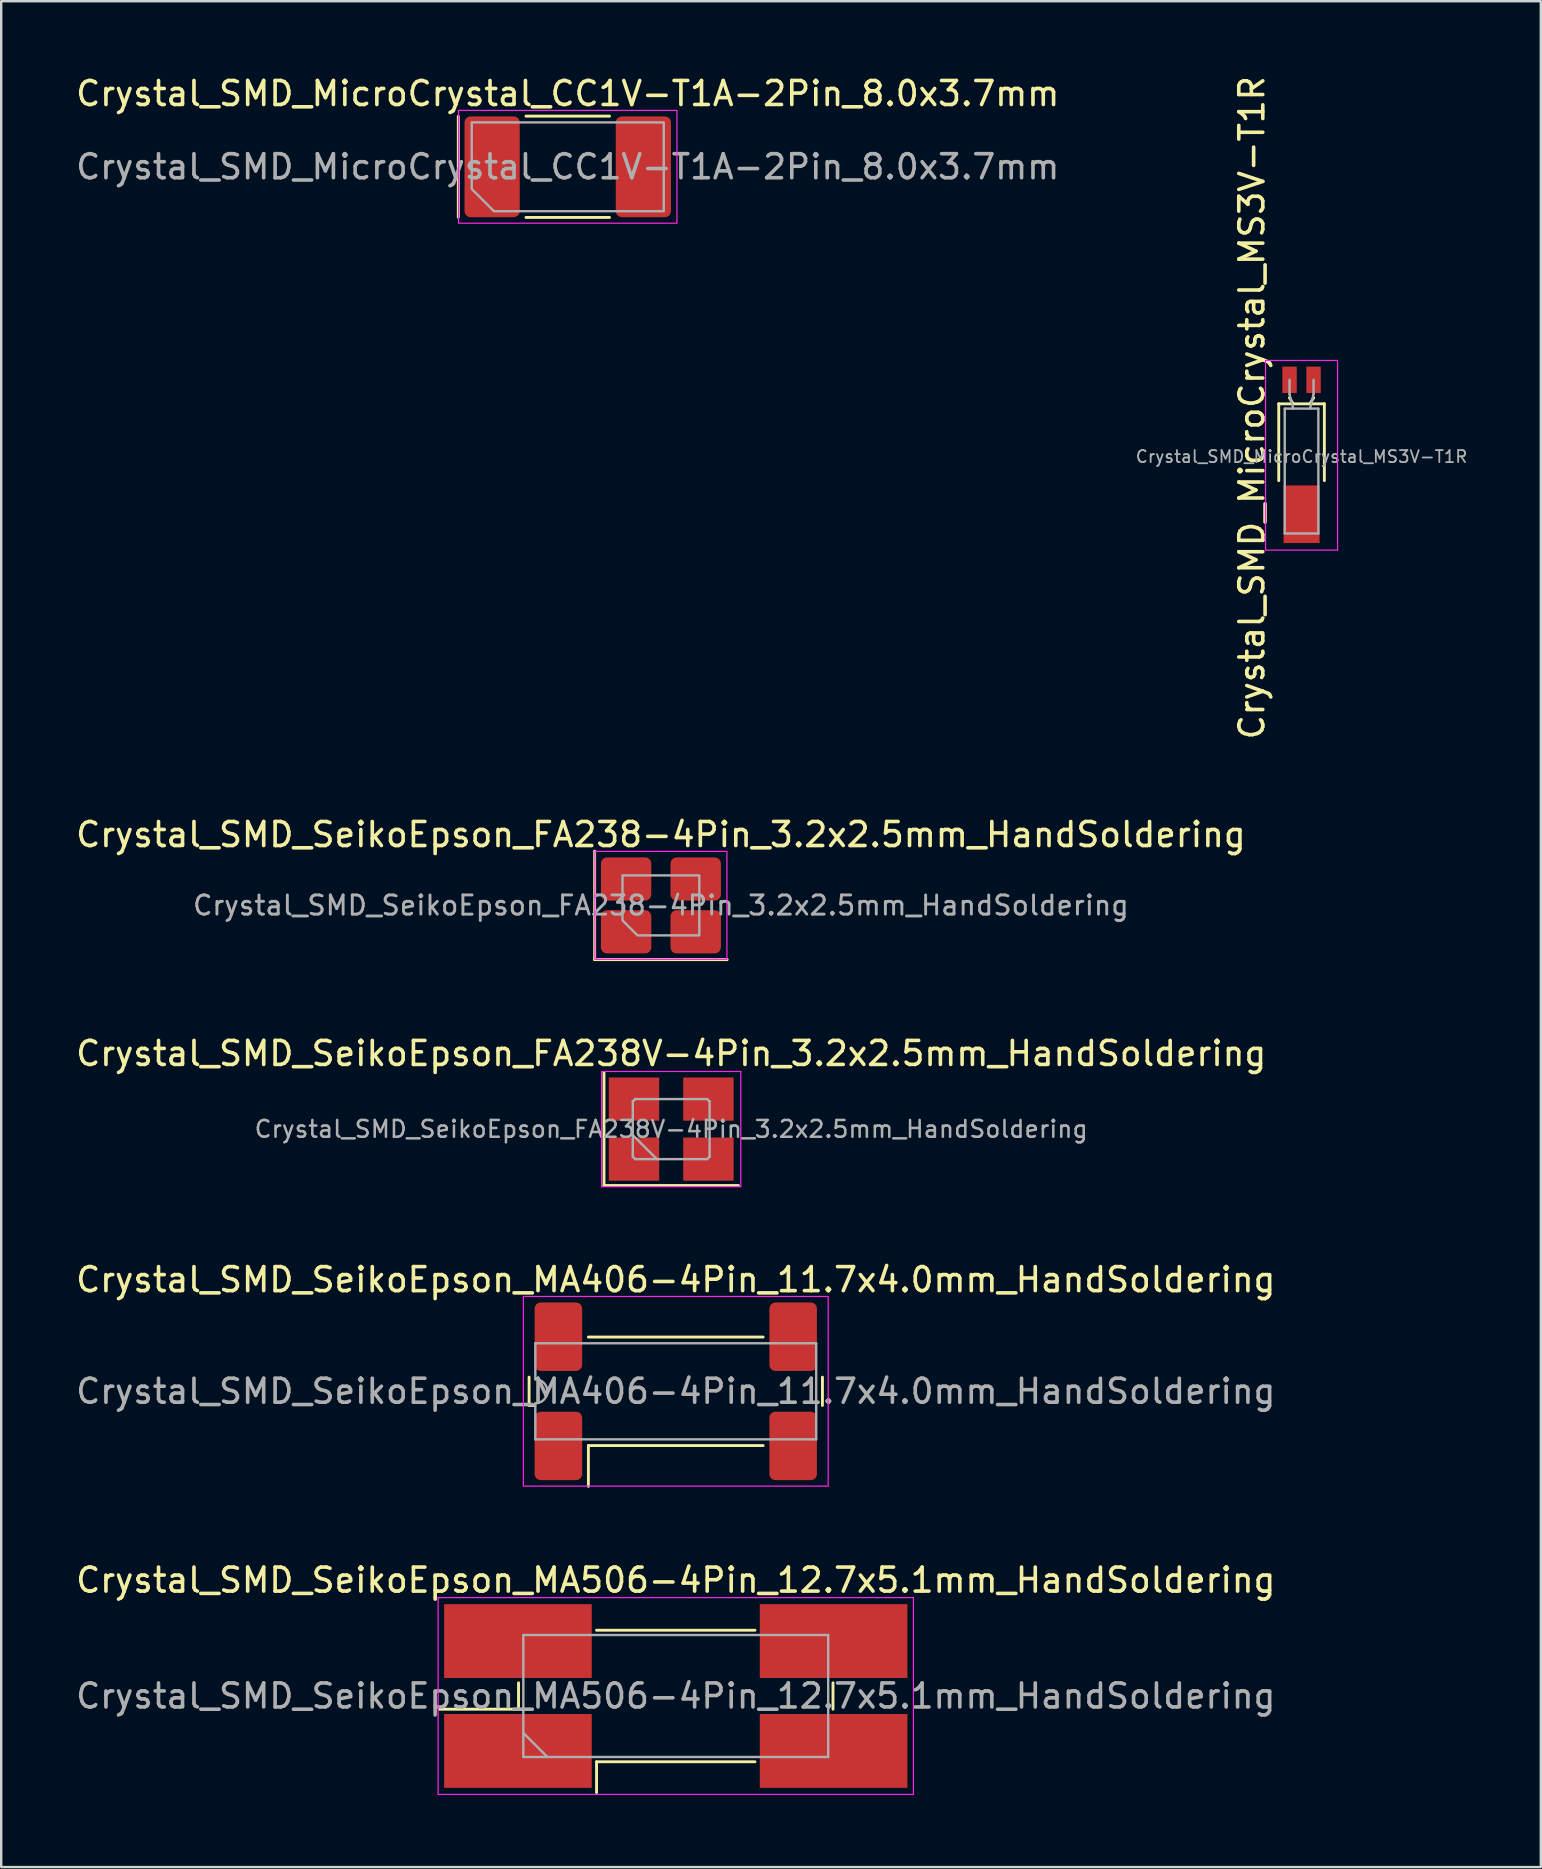
<source format=kicad_pcb>
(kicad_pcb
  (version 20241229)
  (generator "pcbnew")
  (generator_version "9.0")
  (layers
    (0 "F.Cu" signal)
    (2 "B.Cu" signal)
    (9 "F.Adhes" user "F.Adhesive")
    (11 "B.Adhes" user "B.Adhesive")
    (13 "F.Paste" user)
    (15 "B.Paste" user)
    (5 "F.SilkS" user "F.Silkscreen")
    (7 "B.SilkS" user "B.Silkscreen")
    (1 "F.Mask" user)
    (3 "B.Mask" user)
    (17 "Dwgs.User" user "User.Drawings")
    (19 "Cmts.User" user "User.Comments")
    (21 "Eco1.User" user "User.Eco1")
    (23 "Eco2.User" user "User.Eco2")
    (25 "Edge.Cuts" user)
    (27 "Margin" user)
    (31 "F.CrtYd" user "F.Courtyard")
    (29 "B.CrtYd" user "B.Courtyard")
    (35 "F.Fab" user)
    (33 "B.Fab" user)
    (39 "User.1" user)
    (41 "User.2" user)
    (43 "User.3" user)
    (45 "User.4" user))
  (footprint "Crystal_SMD_SeikoEpson_MA406-4Pin_11.7x4.0mm_HandSoldering"
    (layer "F.Cu")
    (at 25.101 54.909)
    (property "Reference" "Crystal_SMD_SeikoEpson_MA406-4Pin_11.7x4.0mm_HandSoldering" (at 0 -4.65 0) (layer "F.SilkS") (effects (font (size 1 1) (thickness 0.15))))
    (attr smd)
    (fp_line (start -6.11 0.59) (end -6.11 -0.59) (stroke (width 0.12) (type solid)) (layer "F.SilkS"))
    (fp_line (start -5.87 0.59) (end -6.11 0.59) (stroke (width 0.12) (type solid)) (layer "F.SilkS"))
    (fp_line (start -3.64 -2.26) (end 3.64 -2.26) (stroke (width 0.12) (type solid)) (layer "F.SilkS"))
    (fp_line (start -3.64 2.26) (end -3.64 3.96) (stroke (width 0.12) (type solid)) (layer "F.SilkS"))
    (fp_line (start 3.64 2.26) (end -3.64 2.26) (stroke (width 0.12) (type solid)) (layer "F.SilkS"))
    (fp_line (start 6.11 -0.59) (end 6.11 0.59) (stroke (width 0.12) (type solid)) (layer "F.SilkS"))
    (fp_rect (start -6.35 -3.95) (end 6.35 3.95) (stroke (width 0.05) (type solid)) (fill no) (layer "F.CrtYd"))
    (fp_line (start -5.85 -2) (end 5.85 -2) (stroke (width 0.1) (type solid)) (layer "F.Fab"))
    (fp_line (start -5.85 -0.5) (end -5.85 -2) (stroke (width 0.1) (type solid)) (layer "F.Fab"))
    (fp_line (start -5.85 2) (end -5.85 0.5) (stroke (width 0.1) (type solid)) (layer "F.Fab"))
    (fp_line (start 5.85 -2) (end 5.85 2) (stroke (width 0.1) (type solid)) (layer "F.Fab"))
    (fp_line (start 5.85 2) (end -5.85 2) (stroke (width 0.1) (type solid)) (layer "F.Fab"))
    (fp_arc (start -5.85 -0.5) (mid -5.35 0) (end -5.85 0.5) (stroke (width 0.1) (type solid)) (layer "F.Fab"))
    (fp_text user "${REFERENCE}" (at 0 0 0) (layer "F.Fab") (effects (font (size 1 1) (thickness 0.15))))
    (pad "1" smd roundrect (at -4.89 2.275) (size 1.98 2.85) (layers "F.Cu" "F.Mask" "F.Paste") (roundrect_rratio 0.126))
    (pad "2" smd roundrect (at 4.89 2.275) (size 1.98 2.85) (layers "F.Cu" "F.Mask" "F.Paste") (roundrect_rratio 0.126))
    (pad "3" smd roundrect (at 4.89 -2.275) (size 1.98 2.85) (layers "F.Cu" "F.Mask" "F.Paste") (roundrect_rratio 0.126))
    (pad "4" smd roundrect (at -4.89 -2.275) (size 1.98 2.85) (layers "F.Cu" "F.Mask" "F.Paste") (roundrect_rratio 0.126)))
  (footprint "Crystal_SMD_SeikoEpson_FA238-4Pin_3.2x2.5mm_HandSoldering"
    (layer "F.Cu")
    (at 24.482 34.667)
    (property "Reference" "Crystal_SMD_SeikoEpson_FA238-4Pin_3.2x2.5mm_HandSoldering" (at 0 -2.95 0) (layer "F.SilkS") (effects (font (size 1 1) (thickness 0.15))))
    (attr smd)
    (fp_line (start -2.76 -2.26) (end -2.76 2.26) (stroke (width 0.12) (type solid)) (layer "F.SilkS"))
    (fp_line (start -2.76 2.26) (end 2.76 2.26) (stroke (width 0.12) (type solid)) (layer "F.SilkS"))
    (fp_rect (start -2.75 -2.25) (end 2.75 2.25) (stroke (width 0.05) (type solid)) (fill no) (layer "F.CrtYd"))
    (fp_poly (pts (xy -1.6 -1.25) (xy -1.6 0.625) (xy -0.975 1.25) (xy 1.6 1.25) (xy 1.6 -1.25)) (stroke (width 0.1) (type solid)) (fill no) (layer "F.Fab"))
    (fp_text user "${REFERENCE}" (at 0 0 0) (layer "F.Fab") (effects (font (size 0.8 0.8) (thickness 0.12))))
    (pad "1" smd roundrect (at -1.45 1.1) (size 2.1 1.8) (layers "F.Cu" "F.Mask" "F.Paste") (roundrect_rratio 0.139))
    (pad "2" smd roundrect (at 1.45 1.1) (size 2.1 1.8) (layers "F.Cu" "F.Mask" "F.Paste") (roundrect_rratio 0.139))
    (pad "3" smd roundrect (at 1.45 -1.1) (size 2.1 1.8) (layers "F.Cu" "F.Mask" "F.Paste") (roundrect_rratio 0.139))
    (pad "4" smd roundrect (at -1.45 -1.1) (size 2.1 1.8) (layers "F.Cu" "F.Mask" "F.Paste") (roundrect_rratio 0.139)))
  (footprint "Crystal_SMD_SeikoEpson_MA506-4Pin_12.7x5.1mm_HandSoldering"
    (layer "F.Cu")
    (at 25.101 67.602)
    (property "Reference" "Crystal_SMD_SeikoEpson_MA506-4Pin_12.7x5.1mm_HandSoldering" (at 0 -4.825 0) (layer "F.SilkS") (effects (font (size 1 1) (thickness 0.15))))
    (attr smd)
    (fp_line (start -9.85 0.55) (end -6.55 0.55) (stroke (width 0.12) (type solid)) (layer "F.SilkS"))
    (fp_line (start -6.55 0.55) (end -6.55 -0.55) (stroke (width 0.12) (type solid)) (layer "F.SilkS"))
    (fp_line (start -3.3 -2.74) (end 3.3 -2.74) (stroke (width 0.12) (type solid)) (layer "F.SilkS"))
    (fp_line (start -3.3 2.74) (end -3.3 4.025) (stroke (width 0.12) (type solid)) (layer "F.SilkS"))
    (fp_line (start 3.3 2.74) (end -3.3 2.74) (stroke (width 0.12) (type solid)) (layer "F.SilkS"))
    (fp_line (start 6.55 -0.55) (end 6.55 0.55) (stroke (width 0.12) (type solid)) (layer "F.SilkS"))
    (fp_line (start -9.9 -4.1) (end -9.9 4.1) (stroke (width 0.05) (type solid)) (layer "F.CrtYd"))
    (fp_line (start -9.9 4.1) (end 9.9 4.1) (stroke (width 0.05) (type solid)) (layer "F.CrtYd"))
    (fp_line (start 9.9 -4.1) (end -9.9 -4.1) (stroke (width 0.05) (type solid)) (layer "F.CrtYd"))
    (fp_line (start 9.9 4.1) (end 9.9 -4.1) (stroke (width 0.05) (type solid)) (layer "F.CrtYd"))
    (fp_line (start -6.35 -2.54) (end -6.35 2.54) (stroke (width 0.1) (type solid)) (layer "F.Fab"))
    (fp_line (start -6.35 1.54) (end -5.35 2.54) (stroke (width 0.1) (type solid)) (layer "F.Fab"))
    (fp_line (start -6.35 2.54) (end 6.35 2.54) (stroke (width 0.1) (type solid)) (layer "F.Fab"))
    (fp_line (start 6.35 -2.54) (end -6.35 -2.54) (stroke (width 0.1) (type solid)) (layer "F.Fab"))
    (fp_line (start 6.35 2.54) (end 6.35 -2.54) (stroke (width 0.1) (type solid)) (layer "F.Fab"))
    (fp_text user "${REFERENCE}" (at 0 0 0) (layer "F.Fab") (effects (font (size 1 1) (thickness 0.15))))
    (pad "1" smd rect (at -6.575 2.288) (size 6.15 3.075) (layers "F.Cu" "F.Mask" "F.Paste"))
    (pad "2" smd rect (at 6.575 2.288) (size 6.15 3.075) (layers "F.Cu" "F.Mask" "F.Paste"))
    (pad "3" smd rect (at 6.575 -2.288) (size 6.15 3.075) (layers "F.Cu" "F.Mask" "F.Paste"))
    (pad "4" smd rect (at -6.575 -2.288) (size 6.15 3.075) (layers "F.Cu" "F.Mask" "F.Paste")))
  (footprint "Crystal_SMD_MicroCrystal_CC1V-T1A-2Pin_8.0x3.7mm"
    (layer "F.Cu")
    (at 20.601 3.898)
    (property "Reference" "Crystal_SMD_MicroCrystal_CC1V-T1A-2Pin_8.0x3.7mm" (at 0 -3.05 0) (layer "F.SilkS") (effects (font (size 1 1) (thickness 0.15))))
    (attr smd)
    (fp_line (start -4.56 -2.1) (end -4.56 2.1) (stroke (width 0.12) (type solid)) (layer "F.SilkS"))
    (fp_line (start -1.74 -2.11) (end 1.74 -2.11) (stroke (width 0.12) (type solid)) (layer "F.SilkS"))
    (fp_line (start -1.74 2.11) (end 1.74 2.11) (stroke (width 0.12) (type solid)) (layer "F.SilkS"))
    (fp_rect (start -4.55 -2.35) (end 4.55 2.35) (stroke (width 0.05) (type solid)) (fill no) (layer "F.CrtYd"))
    (fp_poly (pts (xy -4 -1.85) (xy -4 0.925) (xy -3.075 1.85) (xy 4 1.85) (xy 4 -1.85)) (stroke (width 0.1) (type solid)) (fill no) (layer "F.Fab"))
    (fp_text user "${REFERENCE}" (at 0 0 0) (layer "F.Fab") (effects (font (size 1 1) (thickness 0.15))))
    (pad "1" smd roundrect (at -3.15 0) (size 2.3 4.2) (layers "F.Cu" "F.Mask" "F.Paste") (roundrect_rratio 0.109))
    (pad "2" smd roundrect (at 3.15 0) (size 2.3 4.2) (layers "F.Cu" "F.Mask" "F.Paste") (roundrect_rratio 0.109)))
  (footprint "Crystal_SMD_MicroCrystal_MS3V-T1R"
    (layer "F.Cu")
    (at 51.17 15.897)
    (property "Reference" "Crystal_SMD_MicroCrystal_MS3V-T1R" (at -2.07 -1.962 90) (layer "F.SilkS") (effects (font (size 1 1) (thickness 0.15))))
    (attr smd)
    (fp_line (start -0.95 -2.125) (end 0.95 -2.125) (stroke (width 0.12) (type solid)) (layer "F.SilkS"))
    (fp_line (start -0.95 1.075) (end -0.95 -2.125) (stroke (width 0.12) (type solid)) (layer "F.SilkS"))
    (fp_line (start -0.5 -2.375) (end -0.5 -2.375) (stroke (width 0.12) (type solid)) (layer "F.SilkS"))
    (fp_line (start -0.35 -2.125) (end -0.5 -2.375) (stroke (width 0.12) (type solid)) (layer "F.SilkS"))
    (fp_line (start 0.35 -2.125) (end 0.5 -2.375) (stroke (width 0.12) (type solid)) (layer "F.SilkS"))
    (fp_line (start 0.5 -2.375) (end 0.5 -2.375) (stroke (width 0.12) (type solid)) (layer "F.SilkS"))
    (fp_line (start 0.95 -2.125) (end 0.95 1.075) (stroke (width 0.12) (type solid)) (layer "F.SilkS"))
    (fp_line (start -1.5 -3.93) (end -1.5 3.97) (stroke (width 0.05) (type solid)) (layer "F.CrtYd"))
    (fp_line (start -1.5 3.97) (end 1.5 3.97) (stroke (width 0.05) (type solid)) (layer "F.CrtYd"))
    (fp_line (start 1.5 -3.93) (end -1.5 -3.93) (stroke (width 0.05) (type solid)) (layer "F.CrtYd"))
    (fp_line (start 1.5 3.97) (end 1.5 -3.93) (stroke (width 0.05) (type solid)) (layer "F.CrtYd"))
    (fp_line (start -0.7 -1.925) (end -0.7 3.275) (stroke (width 0.1) (type solid)) (layer "F.Fab"))
    (fp_line (start -0.7 3.275) (end 0.7 3.275) (stroke (width 0.1) (type solid)) (layer "F.Fab"))
    (fp_line (start -0.5 -2.525) (end -0.5 -3.125) (stroke (width 0.1) (type solid)) (layer "F.Fab"))
    (fp_line (start -0.35 -1.925) (end -0.5 -2.525) (stroke (width 0.1) (type solid)) (layer "F.Fab"))
    (fp_line (start 0.35 -1.925) (end 0.5 -2.525) (stroke (width 0.1) (type solid)) (layer "F.Fab"))
    (fp_line (start 0.5 -2.525) (end 0.5 -3.125) (stroke (width 0.1) (type solid)) (layer "F.Fab"))
    (fp_line (start 0.7 -1.925) (end -0.7 -1.925) (stroke (width 0.1) (type solid)) (layer "F.Fab"))
    (fp_line (start 0.7 3.275) (end 0.7 -1.925) (stroke (width 0.1) (type solid)) (layer "F.Fab"))
    (fp_text user "${REFERENCE}" (at 0 0.075 0) (layer "F.Fab") (effects (font (size 0.5 0.5) (thickness 0.075))))
    (pad "1" smd rect (at -0.5 -3.125) (size 0.6 1.1) (layers "F.Cu" "F.Mask" "F.Paste"))
    (pad "2" smd rect (at 0.5 -3.125) (size 0.6 1.1) (layers "F.Cu" "F.Mask" "F.Paste"))
    (pad "3" smd rect (at 0 2.475) (size 1.5 2.4) (layers "F.Cu" "F.Mask" "F.Paste")))
  (footprint "Crystal_SMD_SeikoEpson_FA238V-4Pin_3.2x2.5mm_HandSoldering"
    (layer "F.Cu")
    (at 24.911 43.986)
    (property "Reference" "Crystal_SMD_SeikoEpson_FA238V-4Pin_3.2x2.5mm_HandSoldering" (at 0 -3.15 0) (layer "F.SilkS") (effects (font (size 1 1) (thickness 0.15))))
    (attr smd)
    (fp_line (start -2.8 -2.35) (end -2.8 2.35) (stroke (width 0.12) (type solid)) (layer "F.SilkS"))
    (fp_line (start -2.8 2.35) (end 2.8 2.35) (stroke (width 0.12) (type solid)) (layer "F.SilkS"))
    (fp_line (start -2.9 -2.4) (end -2.9 2.4) (stroke (width 0.05) (type solid)) (layer "F.CrtYd"))
    (fp_line (start -2.9 2.4) (end 2.9 2.4) (stroke (width 0.05) (type solid)) (layer "F.CrtYd"))
    (fp_line (start 2.9 -2.4) (end -2.9 -2.4) (stroke (width 0.05) (type solid)) (layer "F.CrtYd"))
    (fp_line (start 2.9 2.4) (end 2.9 -2.4) (stroke (width 0.05) (type solid)) (layer "F.CrtYd"))
    (fp_line (start -1.6 -1.15) (end -1.5 -1.25) (stroke (width 0.1) (type solid)) (layer "F.Fab"))
    (fp_line (start -1.6 0.25) (end -0.6 1.25) (stroke (width 0.1) (type solid)) (layer "F.Fab"))
    (fp_line (start -1.6 1.15) (end -1.6 -1.15) (stroke (width 0.1) (type solid)) (layer "F.Fab"))
    (fp_line (start -1.5 -1.25) (end 1.5 -1.25) (stroke (width 0.1) (type solid)) (layer "F.Fab"))
    (fp_line (start -1.5 1.25) (end -1.6 1.15) (stroke (width 0.1) (type solid)) (layer "F.Fab"))
    (fp_line (start 1.5 -1.25) (end 1.6 -1.15) (stroke (width 0.1) (type solid)) (layer "F.Fab"))
    (fp_line (start 1.5 1.25) (end -1.5 1.25) (stroke (width 0.1) (type solid)) (layer "F.Fab"))
    (fp_line (start 1.6 -1.15) (end 1.6 1.15) (stroke (width 0.1) (type solid)) (layer "F.Fab"))
    (fp_line (start 1.6 1.15) (end 1.5 1.25) (stroke (width 0.1) (type solid)) (layer "F.Fab"))
    (fp_text user "${REFERENCE}" (at 0 0 0) (layer "F.Fab") (effects (font (size 0.7 0.7) (thickness 0.105))))
    (pad "1" smd rect (at -1.55 1.25) (size 2.1 1.8) (layers "F.Cu" "F.Mask" "F.Paste"))
    (pad "2" smd rect (at 1.55 1.25) (size 2.1 1.8) (layers "F.Cu" "F.Mask" "F.Paste"))
    (pad "3" smd rect (at 1.55 -1.25) (size 2.1 1.8) (layers "F.Cu" "F.Mask" "F.Paste"))
    (pad "4" smd rect (at -1.55 -1.25) (size 2.1 1.8) (layers "F.Cu" "F.Mask" "F.Paste")))
  (gr_rect
    (start -3 -3)
    (end 61.137 74.727)
    (stroke (width 0.1) (type default))
    (fill no)
    (layer "Edge.Cuts")))
</source>
